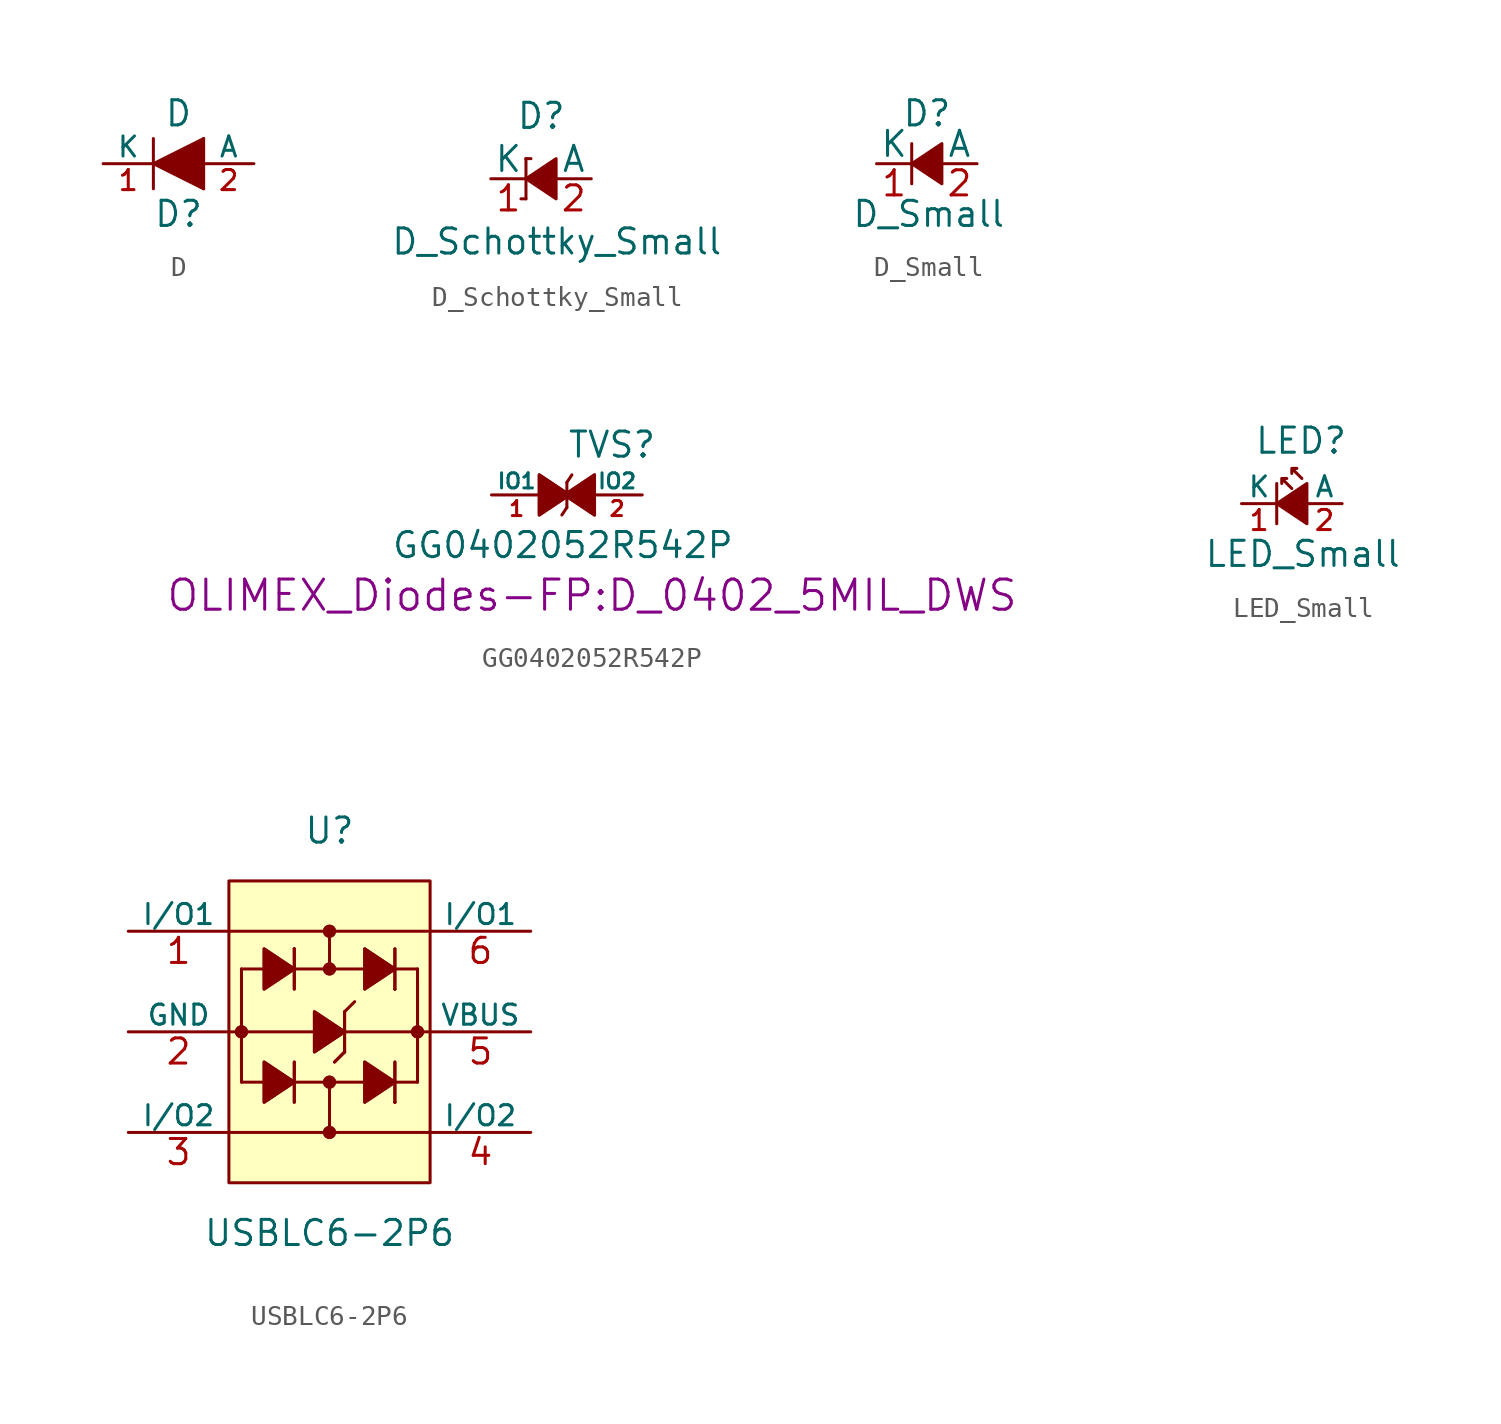
<source format=kicad_sym>
(kicad_symbol_lib
  (version 20211014)
  (generator kicad_symbol_editor)
  (symbol "D"
    (pin_names
      (offset 0))
    (property "Reference" "D"
      (at 0 -2.54 0)
      (effects (font (size 1.27 1.27))))
    (property "Value" "D"
      (at 0 2.54 0)
      (effects (font (size 1.27 1.27))))
    (property "Footprint" ""
      (at 0 0 0)
      (effects (font (size 1.524 1.524))))
    (property "Datasheet" ""
      (at 0 0 0)
      (effects (font (size 1.524 1.524))))
    (symbol "D_0_1"
      (polyline (pts (xy -1.27 -1.27) (xy -1.27 1.27)) (stroke (width 0.152) (type default) (color 0 0 0 0)) (fill (type none)))
      (polyline (pts (xy 1.27 -1.27) (xy -1.27 0) (xy 1.27 1.27)) (stroke (width 0) (type default) (color 0 0 0 0)) (fill (type outline)))
      (rectangle (start 1.27 1.27) (end 1.27 -1.27) (stroke (width 0) (type default) (color 0 0 0 0)) (fill (type none))))
    (symbol "D_1_1"
      (pin passive line (at -3.81 0 0) (length 2.54) (name "K" (effects (font (size 1.016 1.016)))) (number "1" (effects (font (size 1.016 1.016)))))
      (pin passive line (at 3.81 0 180) (length 2.54) (name "A" (effects (font (size 1.016 1.016)))) (number "2" (effects (font (size 1.016 1.016)))))))
  (symbol "D_Schottky_Small"
    (pin_names
      (offset 0))
    (property "Reference" "D"
      (at -1.27 3.175 0)
      (effects (font (size 1.27 1.27)) (justify left)))
    (property "Value" "D_Schottky_Small"
      (at -7.62 -3.175 0)
      (effects (font (size 1.27 1.27)) (justify left)))
    (property "Footprint" ""
      (at 0 0 90)
      (effects (font (size 1.524 1.524))))
    (property "Datasheet" ""
      (at 0 0 90)
      (effects (font (size 1.524 1.524))))
    (symbol "D_Schottky_Small_0_1"
      (polyline (pts (xy -0.762 -1.016) (xy -1.016 -1.016)) (stroke (width 0) (type default) (color 0 0 0 0)) (fill (type none)))
      (polyline (pts (xy -0.762 -1.016) (xy -0.762 1.016)) (stroke (width 0) (type default) (color 0 0 0 0)) (fill (type none)))
      (polyline (pts (xy -0.762 1.016) (xy -0.762 1.016)) (stroke (width 0) (type default) (color 0 0 0 0)) (fill (type none)))
      (polyline (pts (xy -0.762 1.016) (xy -0.508 1.016)) (stroke (width 0) (type default) (color 0 0 0 0)) (fill (type none)))
      (polyline (pts (xy 0.762 -1.016) (xy -0.762 0) (xy 0.762 1.016) (xy 0.762 -1.016)) (stroke (width 0) (type default) (color 0 0 0 0)) (fill (type outline))))
    (symbol "D_Schottky_Small_1_1"
      (pin passive line (at -2.54 0 0) (length 1.778) (name "K" (effects (font (size 1.27 1.27)))) (number "1" (effects (font (size 1.27 1.27)))))
      (pin passive line (at 2.54 0 180) (length 1.778) (name "A" (effects (font (size 1.27 1.27)))) (number "2" (effects (font (size 1.27 1.27)))))))
  (symbol "D_Small"
    (pin_names
      (offset 0))
    (property "Reference" "D"
      (at -1.27 2.54 0)
      (effects (font (size 1.27 1.27)) (justify left)))
    (property "Value" "D_Small"
      (at -3.81 -2.54 0)
      (effects (font (size 1.27 1.27)) (justify left)))
    (property "Footprint" ""
      (at 0 0 90)
      (effects (font (size 1.524 1.524))))
    (property "Datasheet" ""
      (at 0 0 90)
      (effects (font (size 1.524 1.524))))
    (symbol "D_Small_0_1"
      (polyline (pts (xy -0.762 -1.016) (xy -0.762 1.016)) (stroke (width 0) (type default) (color 0 0 0 0)) (fill (type none)))
      (polyline (pts (xy 0.762 -1.016) (xy -0.762 0) (xy 0.762 1.016) (xy 0.762 -1.016)) (stroke (width 0) (type default) (color 0 0 0 0)) (fill (type outline))))
    (symbol "D_Small_1_1"
      (pin passive line (at -2.54 0 0) (length 1.778) (name "K" (effects (font (size 1.27 1.27)))) (number "1" (effects (font (size 1.27 1.27)))))
      (pin passive line (at 2.54 0 180) (length 1.778) (name "A" (effects (font (size 1.27 1.27)))) (number "2" (effects (font (size 1.27 1.27)))))))
  (symbol "GG0402052R542P"
    (pin_names
      (offset 0))
    (property "Reference" "TVS"
      (at -1.27 2.54 0)
      (effects (font (size 1.27 1.27)) (justify left)))
    (property "Value" "GG0402052R542P"
      (at -10.16 -2.54 0)
      (effects (font (size 1.27 1.27)) (justify left)))
    (property "Footprint" "OLIMEX_Diodes-FP:D_0402_5MIL_DWS"
      (at 0 -5.08 0)
      (effects (font (size 1.524 1.524))))
    (property "Datasheet" ""
      (at -0.635 0 90)
      (effects (font (size 1.524 1.524))))
    (symbol "GG0402052R542P_0_1"
      (polyline (pts (xy -1.27 -0.635) (xy -1.524 -1.016)) (stroke (width 0) (type default) (color 0 0 0 0)) (fill (type none)))
      (polyline (pts (xy -1.27 -0.635) (xy -1.27 0.635)) (stroke (width 0) (type default) (color 0 0 0 0)) (fill (type none)))
      (polyline (pts (xy -1.27 0.635) (xy -1.016 1.016)) (stroke (width 0) (type default) (color 0 0 0 0)) (fill (type none)))
      (polyline (pts (xy -2.667 1.016) (xy -1.143 0) (xy -2.667 -1.016) (xy -2.667 1.016)) (stroke (width 0) (type default) (color 0 0 0 0)) (fill (type outline)))
      (polyline (pts (xy -2.667 1.016) (xy -1.143 0) (xy -2.667 -1.016) (xy -2.667 1.016)) (stroke (width 0) (type default) (color 0 0 0 0)) (fill (type outline)))
      (polyline (pts (xy 0.127 -1.016) (xy -1.397 0) (xy 0.127 1.016) (xy 0.127 -1.016)) (stroke (width 0) (type default) (color 0 0 0 0)) (fill (type outline)))
      (polyline (pts (xy 0.127 -1.016) (xy -1.397 0) (xy 0.127 1.016) (xy 0.127 -1.016)) (stroke (width 0) (type default) (color 0 0 0 0)) (fill (type outline))))
    (symbol "GG0402052R542P_1_1"
      (pin passive line (at -5.08 0 0) (length 2.54) (name "IO1" (effects (font (size 0.762 0.762)))) (number "1" (effects (font (size 0.762 0.762)))))
      (pin passive line (at 2.54 0 180) (length 2.54) (name "IO2" (effects (font (size 0.762 0.762)))) (number "2" (effects (font (size 0.762 0.762)))))))
  (symbol "LED_Small"
    (pin_names
      (offset 0))
    (property "Reference" "LED"
      (at -1.905 3.175 0)
      (effects (font (size 1.27 1.27)) (justify left)))
    (property "Value" "LED_Small"
      (at -4.445 -2.54 0)
      (effects (font (size 1.27 1.27)) (justify left)))
    (property "Footprint" ""
      (at 0 0 90)
      (effects (font (size 1.524 1.524))))
    (property "Datasheet" ""
      (at 0 0 90)
      (effects (font (size 1.524 1.524))))
    (symbol "LED_Small_0_1"
      (polyline (pts (xy -0.762 -1.016) (xy -0.762 1.016)) (stroke (width 0) (type default) (color 0 0 0 0)) (fill (type none)))
      (polyline (pts (xy 0.762 -1.016) (xy -0.762 0) (xy 0.762 1.016) (xy 0.762 -1.016)) (stroke (width 0) (type default) (color 0 0 0 0)) (fill (type outline)))
      (polyline (pts (xy 0 0.762) (xy -0.508 1.27) (xy -0.254 1.27) (xy -0.508 1.27) (xy -0.508 1.016)) (stroke (width 0) (type default) (color 0 0 0 0)) (fill (type none)))
      (polyline (pts (xy 0.508 1.27) (xy 0 1.778) (xy 0.254 1.778) (xy 0 1.778) (xy 0 1.524)) (stroke (width 0) (type default) (color 0 0 0 0)) (fill (type none))))
    (symbol "LED_Small_1_1"
      (pin passive line (at -2.54 0 0) (length 1.778) (name "K" (effects (font (size 1.016 1.016)))) (number "1" (effects (font (size 1.016 1.016)))))
      (pin passive line (at 2.54 0 180) (length 1.778) (name "A" (effects (font (size 1.016 1.016)))) (number "2" (effects (font (size 1.016 1.016)))))))
  (symbol "USBLC6-2P6"
    (pin_names
      (offset 0))
    (property "Reference" "U"
      (at 0 10.16 0)
      (effects (font (size 1.27 1.27))))
    (property "Value" "USBLC6-2P6"
      (at 0 -10.16 0)
      (effects (font (size 1.27 1.27))))
    (symbol "USBLC6-2P6_0_1"
      (polyline (pts (xy 0 -5.08) (xy -5.08 -5.08)) (stroke (width 0) (type default) (color 0 0 0 0)) (fill (type none)))
      (polyline (pts (xy 0 5.08) (xy -5.08 5.08)) (stroke (width 0) (type default) (color 0 0 0 0)) (fill (type none)))
      (polyline (pts (xy 4.445 0) (xy 5.08 0)) (stroke (width 0) (type default) (color 0 0 0 0)) (fill (type none))))
    (symbol "USBLC6-2P6_1_1"
      (rectangle (start -5.08 7.62) (end 5.08 -7.62) (stroke (width 0) (type default) (color 0 0 0 0)) (fill (type background)))
      (circle (center -4.445 0) (radius 0.254) (stroke (width 0) (type default) (color 0 0 0 0)) (fill (type outline)))
      (circle (center -4.445 0) (radius 0.254) (stroke (width 0) (type default) (color 0 0 0 0)) (fill (type outline)))
      (circle (center 0 -5.08) (radius 0.254) (stroke (width 0) (type default) (color 0 0 0 0)) (fill (type outline)))
      (circle (center 0 -5.08) (radius 0.254) (stroke (width 0) (type default) (color 0 0 0 0)) (fill (type outline)))
      (circle (center 0 -2.54) (radius 0.254) (stroke (width 0) (type default) (color 0 0 0 0)) (fill (type outline)))
      (circle (center 0 -2.54) (radius 0.254) (stroke (width 0) (type default) (color 0 0 0 0)) (fill (type outline)))
      (polyline (pts (xy -4.445 -2.54) (xy -4.445 0)) (stroke (width 0) (type default) (color 0 0 0 0)) (fill (type none)))
      (polyline (pts (xy -4.445 -1.905) (xy -4.445 3.175)) (stroke (width 0) (type default) (color 0 0 0 0)) (fill (type none)))
      (polyline (pts (xy -4.445 0) (xy -5.08 0)) (stroke (width 0) (type default) (color 0 0 0 0)) (fill (type none)))
      (polyline (pts (xy -4.445 0) (xy 4.445 0)) (stroke (width 0) (type default) (color 0 0 0 0)) (fill (type none)))
      (polyline (pts (xy -3.175 -2.54) (xy -4.445 -2.54)) (stroke (width 0) (type default) (color 0 0 0 0)) (fill (type none)))
      (polyline (pts (xy -3.175 3.175) (xy -4.445 3.175)) (stroke (width 0) (type default) (color 0 0 0 0)) (fill (type none)))
      (polyline (pts (xy -3.175 3.175) (xy 4.445 3.175)) (stroke (width 0) (type default) (color 0 0 0 0)) (fill (type none)))
      (polyline (pts (xy -1.778 -3.556) (xy -1.778 -1.524)) (stroke (width 0) (type default) (color 0 0 0 0)) (fill (type none)))
      (polyline (pts (xy -1.778 -3.556) (xy -1.778 -1.524)) (stroke (width 0) (type default) (color 0 0 0 0)) (fill (type none)))
      (polyline (pts (xy -1.778 2.159) (xy -1.778 4.191)) (stroke (width 0) (type default) (color 0 0 0 0)) (fill (type none)))
      (polyline (pts (xy -1.778 2.159) (xy -1.778 4.191)) (stroke (width 0) (type default) (color 0 0 0 0)) (fill (type none)))
      (polyline (pts (xy -1.778 4.191) (xy -1.778 4.191)) (stroke (width 0) (type default) (color 0 0 0 0)) (fill (type none)))
      (polyline (pts (xy -1.778 4.191) (xy -1.778 4.191)) (stroke (width 0) (type default) (color 0 0 0 0)) (fill (type none)))
      (polyline (pts (xy 0.762 -1.016) (xy 0.254 -1.524)) (stroke (width 0) (type default) (color 0 0 0 0)) (fill (type none)))
      (polyline (pts (xy 0.762 -1.016) (xy 0.254 -1.524)) (stroke (width 0) (type default) (color 0 0 0 0)) (fill (type none)))
      (polyline (pts (xy 0.762 -1.016) (xy 0.762 -1.016)) (stroke (width 0) (type default) (color 0 0 0 0)) (fill (type none)))
      (polyline (pts (xy 0.762 -1.016) (xy 0.762 -1.016)) (stroke (width 0) (type default) (color 0 0 0 0)) (fill (type none)))
      (polyline (pts (xy 0.762 1.016) (xy 0.762 -1.016)) (stroke (width 0) (type default) (color 0 0 0 0)) (fill (type none)))
      (polyline (pts (xy 0.762 1.016) (xy 0.762 -1.016)) (stroke (width 0) (type default) (color 0 0 0 0)) (fill (type none)))
      (polyline (pts (xy 0.762 1.016) (xy 1.27 1.524)) (stroke (width 0) (type default) (color 0 0 0 0)) (fill (type none)))
      (polyline (pts (xy 3.302 -3.556) (xy 3.302 -3.556)) (stroke (width 0) (type default) (color 0 0 0 0)) (fill (type none)))
      (polyline (pts (xy 3.302 -3.556) (xy 3.302 -3.556)) (stroke (width 0) (type default) (color 0 0 0 0)) (fill (type none)))
      (polyline (pts (xy 3.302 -1.524) (xy 3.302 -3.556)) (stroke (width 0) (type default) (color 0 0 0 0)) (fill (type none)))
      (polyline (pts (xy 3.302 -1.524) (xy 3.302 -3.556)) (stroke (width 0) (type default) (color 0 0 0 0)) (fill (type none)))
      (polyline (pts (xy 3.302 2.159) (xy 3.302 2.159)) (stroke (width 0) (type default) (color 0 0 0 0)) (fill (type none)))
      (polyline (pts (xy 3.302 2.159) (xy 3.302 2.159)) (stroke (width 0) (type default) (color 0 0 0 0)) (fill (type none)))
      (polyline (pts (xy 3.302 4.191) (xy 3.302 2.159)) (stroke (width 0) (type default) (color 0 0 0 0)) (fill (type none)))
      (polyline (pts (xy 3.302 4.191) (xy 3.302 2.159)) (stroke (width 0) (type default) (color 0 0 0 0)) (fill (type none)))
      (polyline (pts (xy 4.445 -2.54) (xy -3.175 -2.54)) (stroke (width 0) (type default) (color 0 0 0 0)) (fill (type none)))
      (polyline (pts (xy 4.445 -1.905) (xy 4.445 3.175)) (stroke (width 0) (type default) (color 0 0 0 0)) (fill (type none)))
      (polyline (pts (xy 4.445 2.54) (xy 4.445 -2.54)) (stroke (width 0) (type default) (color 0 0 0 0)) (fill (type none)))
      (polyline (pts (xy 0 3.175) (xy 0 5.08) (xy 4.953 5.08)) (stroke (width 0) (type default) (color 0 0 0 0)) (fill (type none)))
      (polyline (pts (xy 5.08 -5.08) (xy 0 -5.08) (xy 0 -2.54)) (stroke (width 0) (type default) (color 0 0 0 0)) (fill (type none)))
      (polyline (pts (xy -3.302 -3.556) (xy -1.778 -2.54) (xy -3.302 -1.524) (xy -3.302 -3.556)) (stroke (width 0) (type default) (color 0 0 0 0)) (fill (type outline)))
      (polyline (pts (xy -3.302 -3.556) (xy -1.778 -2.54) (xy -3.302 -1.524) (xy -3.302 -3.556)) (stroke (width 0) (type default) (color 0 0 0 0)) (fill (type outline)))
      (polyline (pts (xy -3.302 2.159) (xy -1.778 3.175) (xy -3.302 4.191) (xy -3.302 2.159)) (stroke (width 0) (type default) (color 0 0 0 0)) (fill (type outline)))
      (polyline (pts (xy -3.302 2.159) (xy -1.778 3.175) (xy -3.302 4.191) (xy -3.302 2.159)) (stroke (width 0) (type default) (color 0 0 0 0)) (fill (type outline)))
      (polyline (pts (xy -0.762 1.016) (xy 0.762 0) (xy -0.762 -1.016) (xy -0.762 1.016)) (stroke (width 0) (type default) (color 0 0 0 0)) (fill (type outline)))
      (polyline (pts (xy -0.762 1.016) (xy 0.762 0) (xy -0.762 -1.016) (xy -0.762 1.016)) (stroke (width 0) (type default) (color 0 0 0 0)) (fill (type outline)))
      (polyline (pts (xy 1.778 -1.524) (xy 3.302 -2.54) (xy 1.778 -3.556) (xy 1.778 -1.524)) (stroke (width 0) (type default) (color 0 0 0 0)) (fill (type outline)))
      (polyline (pts (xy 1.778 -1.524) (xy 3.302 -2.54) (xy 1.778 -3.556) (xy 1.778 -1.524)) (stroke (width 0) (type default) (color 0 0 0 0)) (fill (type outline)))
      (polyline (pts (xy 1.778 4.191) (xy 3.302 3.175) (xy 1.778 2.159) (xy 1.778 4.191)) (stroke (width 0) (type default) (color 0 0 0 0)) (fill (type outline)))
      (polyline (pts (xy 1.778 4.191) (xy 3.302 3.175) (xy 1.778 2.159) (xy 1.778 4.191)) (stroke (width 0) (type default) (color 0 0 0 0)) (fill (type outline)))
      (circle (center 0 0) (radius 0.254) (stroke (width 0) (type default) (color 0 0 0 0)) (fill (type outline)))
      (circle (center 0 0) (radius 0.254) (stroke (width 0) (type default) (color 0 0 0 0)) (fill (type outline)))
      (circle (center 0 3.175) (radius 0.254) (stroke (width 0) (type default) (color 0 0 0 0)) (fill (type outline)))
      (circle (center 0 3.175) (radius 0.254) (stroke (width 0) (type default) (color 0 0 0 0)) (fill (type outline)))
      (circle (center 0 5.08) (radius 0.254) (stroke (width 0) (type default) (color 0 0 0 0)) (fill (type outline)))
      (circle (center 0 5.08) (radius 0.254) (stroke (width 0) (type default) (color 0 0 0 0)) (fill (type outline)))
      (circle (center 4.445 0) (radius 0.254) (stroke (width 0) (type default) (color 0 0 0 0)) (fill (type outline)))
      (circle (center 4.445 0) (radius 0.254) (stroke (width 0) (type default) (color 0 0 0 0)) (fill (type outline)))
      (pin passive line (at -10.16 5.08 0) (length 5.08) (name "I/O1" (effects (font (size 1.016 1.016)))) (number "1" (effects (font (size 1.27 1.27)))))
      (pin passive line (at -10.16 0 0) (length 5.08) (name "GND" (effects (font (size 1.016 1.016)))) (number "2" (effects (font (size 1.27 1.27)))))
      (pin passive line (at -10.16 -5.08 0) (length 5.08) (name "I/O2" (effects (font (size 1.016 1.016)))) (number "3" (effects (font (size 1.27 1.27)))))
      (pin passive line (at 10.16 -5.08 180) (length 5.08) (name "I/O2" (effects (font (size 1.016 1.016)))) (number "4" (effects (font (size 1.27 1.27)))))
      (pin passive line (at 10.16 0 180) (length 5.08) (name "VBUS" (effects (font (size 1.016 1.016)))) (number "5" (effects (font (size 1.27 1.27)))))
      (pin passive line (at 10.16 5.08 180) (length 5.08) (name "I/O1" (effects (font (size 1.016 1.016)))) (number "6" (effects (font (size 1.27 1.27))))))))
</source>
